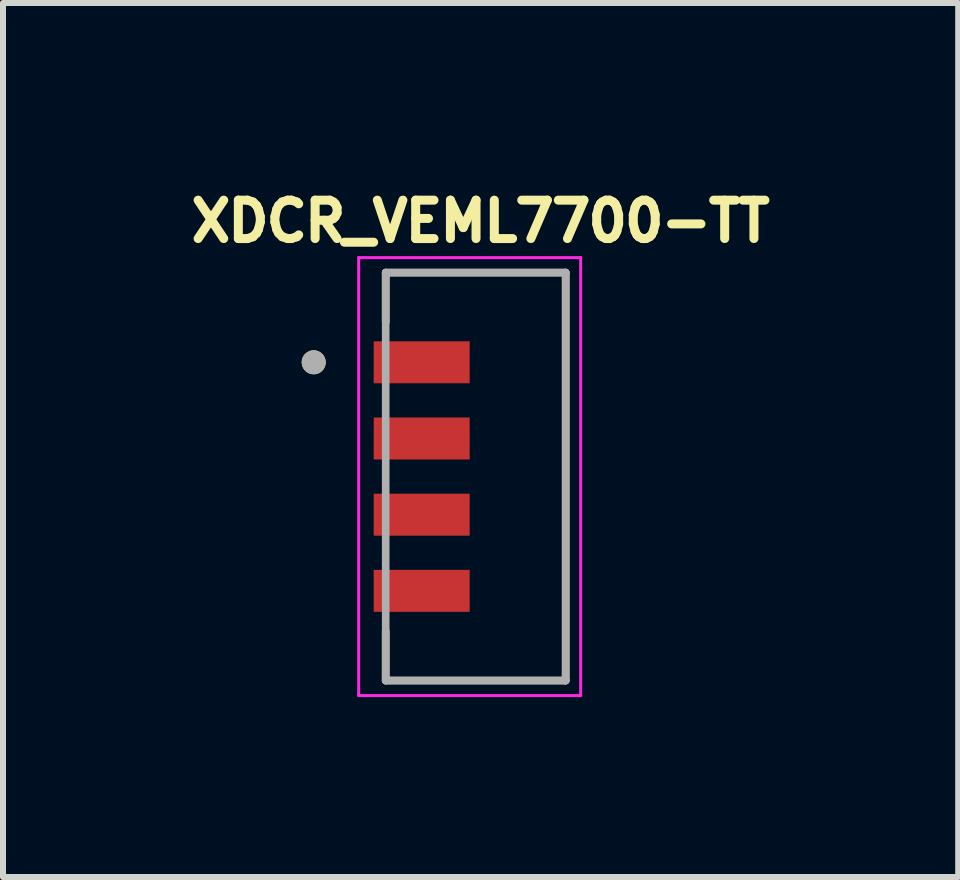
<source format=kicad_pcb>
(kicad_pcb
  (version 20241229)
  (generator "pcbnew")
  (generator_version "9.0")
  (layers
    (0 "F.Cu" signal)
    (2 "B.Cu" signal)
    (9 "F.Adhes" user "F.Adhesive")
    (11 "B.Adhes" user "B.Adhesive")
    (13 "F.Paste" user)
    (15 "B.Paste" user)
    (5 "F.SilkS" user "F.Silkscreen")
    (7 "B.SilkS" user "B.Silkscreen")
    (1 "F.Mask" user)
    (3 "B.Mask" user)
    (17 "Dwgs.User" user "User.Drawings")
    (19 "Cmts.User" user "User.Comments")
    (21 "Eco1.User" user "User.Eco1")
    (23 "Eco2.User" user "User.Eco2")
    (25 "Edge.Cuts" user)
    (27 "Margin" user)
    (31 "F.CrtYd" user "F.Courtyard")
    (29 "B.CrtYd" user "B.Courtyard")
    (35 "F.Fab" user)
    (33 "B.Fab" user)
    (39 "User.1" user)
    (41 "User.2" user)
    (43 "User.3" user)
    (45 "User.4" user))
  (footprint "XDCR_VEML7700-TT"
    (layer "F.Cu")
    (at 4.879 4.894)
    (property "Reference" "XDCR_VEML7700-TT" (at 0.082 -4.256 0) (layer "F.SilkS") (effects (font (size 0.64 0.64) (thickness 0.15))))
    (attr smd)
    (fp_line (start -1.5 -3.4) (end 1.5 -3.4) (stroke (width 0.127) (type solid)) (layer "F.SilkS"))
    (fp_line (start -1.5 -2.575) (end -1.5 -3.4) (stroke (width 0.127) (type solid)) (layer "F.SilkS"))
    (fp_line (start -1.5 3.4) (end -1.5 2.575) (stroke (width 0.127) (type solid)) (layer "F.SilkS"))
    (fp_line (start 1.5 -3.4) (end 1.5 3.4) (stroke (width 0.127) (type solid)) (layer "F.SilkS"))
    (fp_line (start 1.5 3.4) (end -1.5 3.4) (stroke (width 0.127) (type solid)) (layer "F.SilkS"))
    (fp_circle (center -2.7 -1.905) (end -2.6 -1.905) (stroke (width 0.2) (type solid)) (fill no) (layer "F.SilkS"))
    (fp_line (start -1.95 -3.65) (end -1.95 3.65) (stroke (width 0.05) (type solid)) (layer "F.CrtYd"))
    (fp_line (start -1.95 3.65) (end 1.75 3.65) (stroke (width 0.05) (type solid)) (layer "F.CrtYd"))
    (fp_line (start 1.75 -3.65) (end -1.95 -3.65) (stroke (width 0.05) (type solid)) (layer "F.CrtYd"))
    (fp_line (start 1.75 3.65) (end 1.75 -3.65) (stroke (width 0.05) (type solid)) (layer "F.CrtYd"))
    (fp_line (start -1.5 -3.4) (end 1.5 -3.4) (stroke (width 0.127) (type solid)) (layer "F.Fab"))
    (fp_line (start -1.5 3.4) (end -1.5 -3.4) (stroke (width 0.127) (type solid)) (layer "F.Fab"))
    (fp_line (start 1.5 -3.4) (end 1.5 3.4) (stroke (width 0.127) (type solid)) (layer "F.Fab"))
    (fp_line (start 1.5 3.4) (end -1.5 3.4) (stroke (width 0.127) (type solid)) (layer "F.Fab"))
    (fp_circle (center -2.7 -1.905) (end -2.6 -1.905) (stroke (width 0.2) (type solid)) (fill no) (layer "F.Fab"))
    (pad "1" smd rect (at -0.9 -1.905) (size 1.6 0.7) (layers "F.Cu" "F.Mask" "F.Paste"))
    (pad "2" smd rect (at -0.9 -0.635) (size 1.6 0.7) (layers "F.Cu" "F.Mask" "F.Paste"))
    (pad "3" smd rect (at -0.9 0.635) (size 1.6 0.7) (layers "F.Cu" "F.Mask" "F.Paste"))
    (pad "4" smd rect (at -0.9 1.905) (size 1.6 0.7) (layers "F.Cu" "F.Mask" "F.Paste")))
  (gr_rect
    (start -3 -3)
    (end 12.922 11.569)
    (stroke (width 0.1) (type default))
    (fill no)
    (layer "Edge.Cuts")))
</source>
